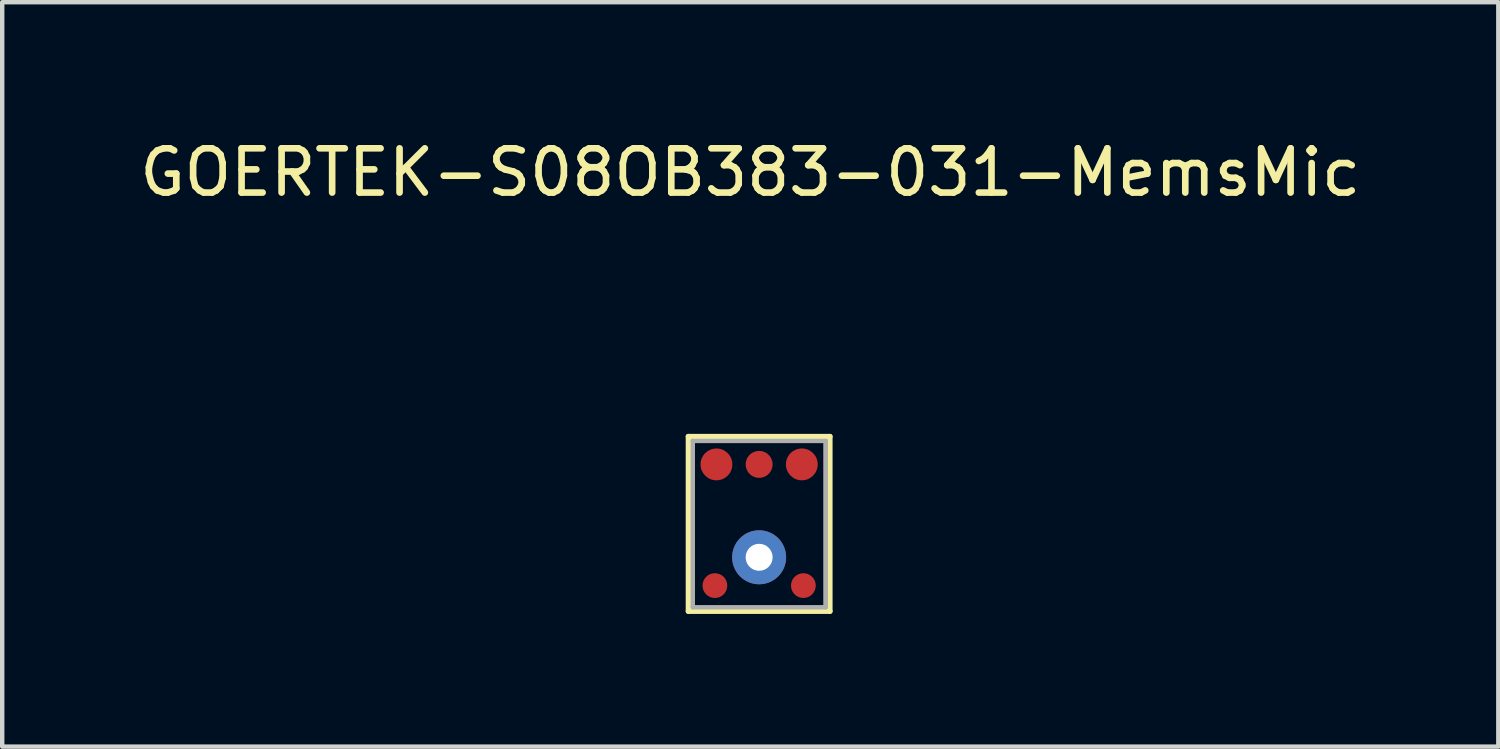
<source format=kicad_pcb>
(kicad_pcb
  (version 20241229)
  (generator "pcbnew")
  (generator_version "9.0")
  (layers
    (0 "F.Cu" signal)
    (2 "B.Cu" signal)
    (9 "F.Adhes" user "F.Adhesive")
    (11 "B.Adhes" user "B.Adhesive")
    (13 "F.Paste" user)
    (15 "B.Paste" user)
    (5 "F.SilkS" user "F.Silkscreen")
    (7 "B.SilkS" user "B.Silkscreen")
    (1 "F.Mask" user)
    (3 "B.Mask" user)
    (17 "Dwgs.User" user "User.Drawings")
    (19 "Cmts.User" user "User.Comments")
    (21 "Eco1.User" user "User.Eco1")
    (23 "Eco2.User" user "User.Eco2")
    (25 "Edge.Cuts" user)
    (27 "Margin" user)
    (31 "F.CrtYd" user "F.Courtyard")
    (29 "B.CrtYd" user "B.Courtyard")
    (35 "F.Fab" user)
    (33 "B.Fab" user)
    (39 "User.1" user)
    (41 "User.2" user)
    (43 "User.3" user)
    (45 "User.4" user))
  (footprint "GOERTEK-S08OB383-031-MemsMic"
    (layer "F.Cu")
    (at 14.111 9.548)
    (property "Reference" "GOERTEK-S08OB383-031-MemsMic" (at -0.2 -8.7 0) (unlocked yes) (layer "F.SilkS") (effects (font (size 1 1) (thickness 0.15))))
    (attr smd)
    (fp_line (start -1.6 -2.73) (end 1.6 -2.73) (stroke (width 0.12) (type solid)) (layer "F.SilkS"))
    (fp_line (start -1.6 1.22) (end -1.6 -2.73) (stroke (width 0.12) (type solid)) (layer "F.SilkS"))
    (fp_line (start 1.6 -2.73) (end 1.6 1.22) (stroke (width 0.12) (type solid)) (layer "F.SilkS"))
    (fp_line (start 1.6 1.22) (end -1.6 1.22) (stroke (width 0.12) (type solid)) (layer "F.SilkS"))
    (fp_line (start -1.5 -2.63) (end 1.5 -2.63) (stroke (width 0.1) (type solid)) (layer "F.Fab"))
    (fp_line (start -1.5 1.13) (end -1.5 -2.63) (stroke (width 0.1) (type solid)) (layer "F.Fab"))
    (fp_line (start 1.5 -2.63) (end 1.5 1.13) (stroke (width 0.1) (type solid)) (layer "F.Fab"))
    (fp_line (start 1.5 1.13) (end -1.5 1.13) (stroke (width 0.1) (type solid)) (layer "F.Fab"))
    (pad "1" smd circle (at -0.965 -2.1) (size 0.72 0.72) (layers "F.Cu" "F.Mask" "F.Paste"))
    (pad "2" smd circle (at -1 0.64) (size 0.56 0.56) (layers "F.Cu" "F.Mask" "F.Paste"))
    (pad "3" smd circle (at 1 0.64) (size 0.56 0.56) (layers "F.Cu" "F.Mask" "F.Paste"))
    (pad "4" smd circle (at 0.965 -2.1) (size 0.72 0.72) (layers "F.Cu" "F.Mask" "F.Paste"))
    (pad "5" smd circle (at 0 -2.1) (size 0.61 0.61) (layers "F.Cu" "F.Mask" "F.Paste"))
    (pad "6" thru_hole circle (at 0 0) (size 1.22 1.22) (drill 0.61) (layers "*.Cu" "*.Mask")))
  (gr_rect
    (start -3 -3)
    (end 30.821 13.828)
    (stroke (width 0.1) (type default))
    (fill no)
    (layer "Edge.Cuts")))
</source>
